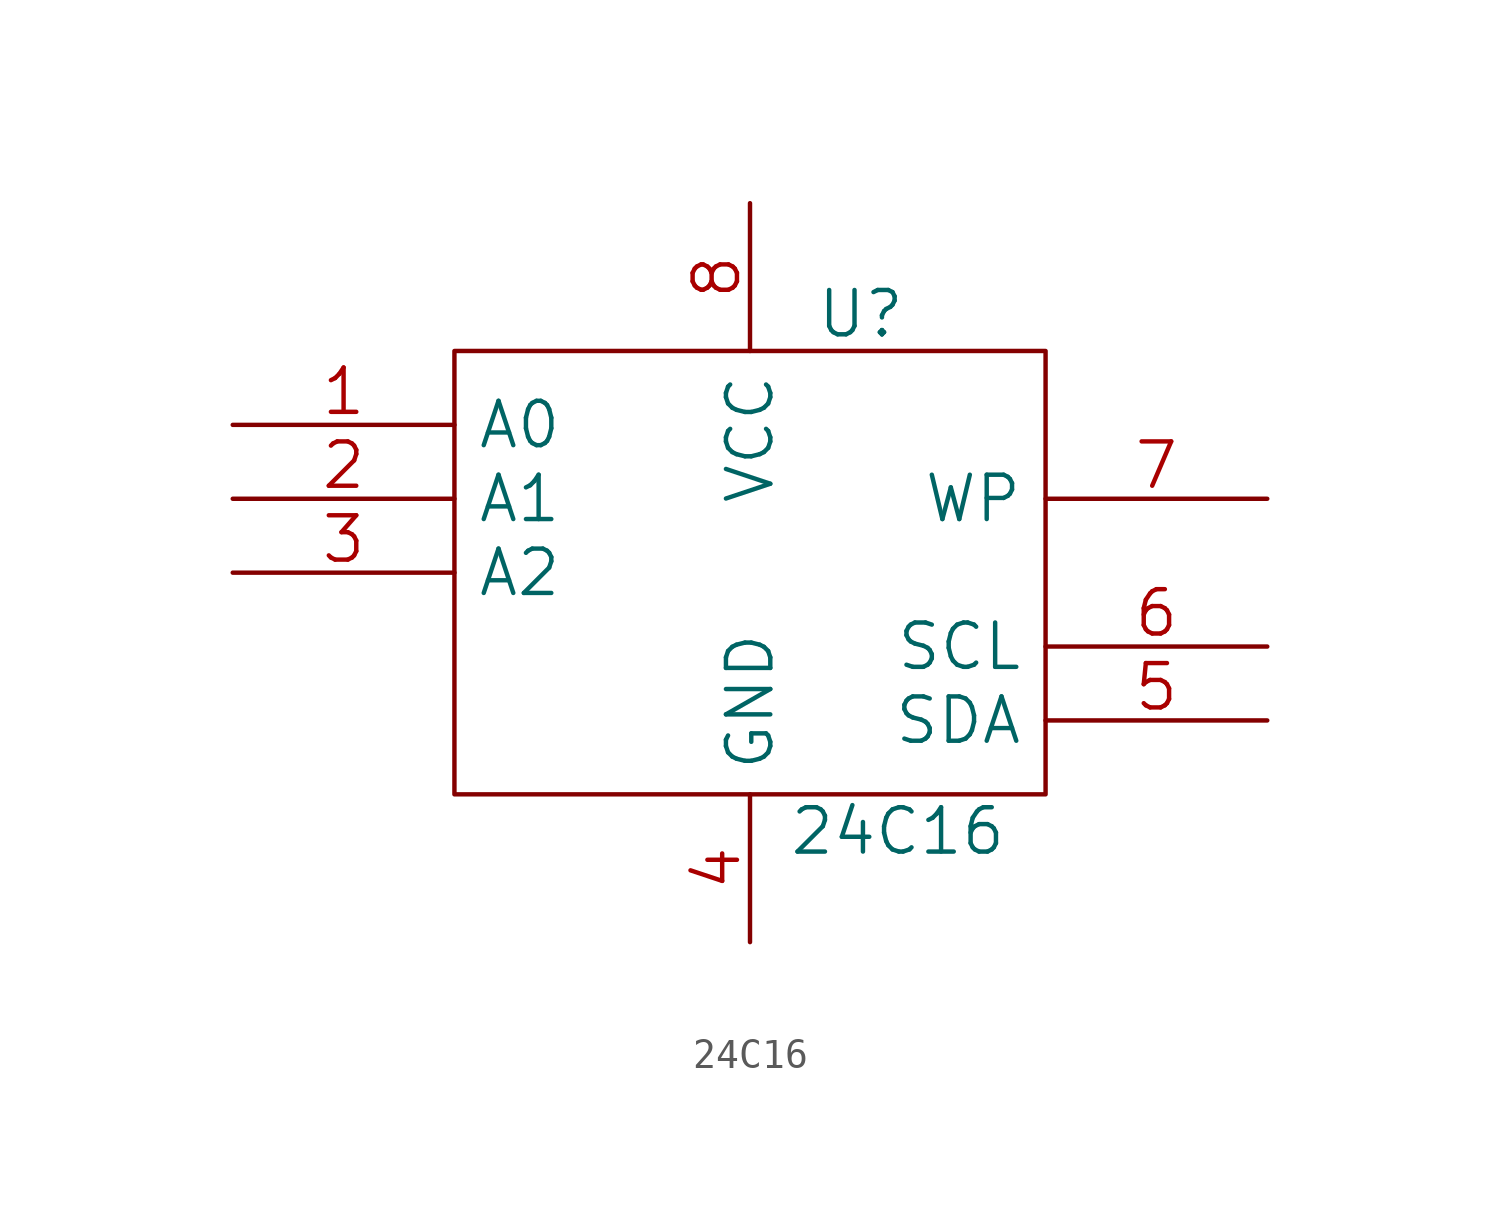
<source format=kicad_sym>
(kicad_symbol_lib
  (version 20201005)
  (generator kicad_symbol_editor)
  (symbol "pic_programmer_schlib:24C16"
    (pin_names
      (offset 0.762))
    (property "Reference" "U"
      (at 3.81 8.89 0)
      (effects (font (size 1.524 1.524))))
    (property "Value" "24C16"
      (at 5.08 -8.89 0)
      (effects (font (size 1.524 1.524))))
    (property "Footprint" ""
      (at 0 0 0)
      (effects (font (size 1.524 1.524))))
    (property "Datasheet" ""
      (at 0 0 0)
      (effects (font (size 1.524 1.524))))
    (symbol "24C16_1_1"
      (rectangle (start -10.16 -7.62) (end 10.16 7.62) (stroke (width 0)) (fill (type none)))
      (pin input line (at -17.78 5.08 0) (length 7.62) (name "A0" (effects (font (size 1.524 1.524)))) (number "1" (effects (font (size 1.524 1.524)))))
      (pin input line (at -17.78 2.54 0) (length 7.62) (name "A1" (effects (font (size 1.524 1.524)))) (number "2" (effects (font (size 1.524 1.524)))))
      (pin input line (at -17.78 0 0) (length 7.62) (name "A2" (effects (font (size 1.524 1.524)))) (number "3" (effects (font (size 1.524 1.524)))))
      (pin bidirectional line (at 17.78 -5.08 180) (length 7.62) (name "SDA" (effects (font (size 1.524 1.524)))) (number "5" (effects (font (size 1.524 1.524)))))
      (pin input line (at 17.78 -2.54 180) (length 7.62) (name "SCL" (effects (font (size 1.524 1.524)))) (number "6" (effects (font (size 1.524 1.524)))))
      (pin input line (at 17.78 2.54 180) (length 7.62) (name "WP" (effects (font (size 1.524 1.524)))) (number "7" (effects (font (size 1.524 1.524))))))
    (symbol "24C16_0_0"
      (pin power_in line (at 0 -12.7 90) (length 5.08) (name "GND" (effects (font (size 1.524 1.524)))) (number "4" (effects (font (size 1.524 1.524)))))
      (pin power_in line (at 0 12.7 270) (length 5.08) (name "VCC" (effects (font (size 1.524 1.524)))) (number "8" (effects (font (size 1.524 1.524))))))))
</source>
